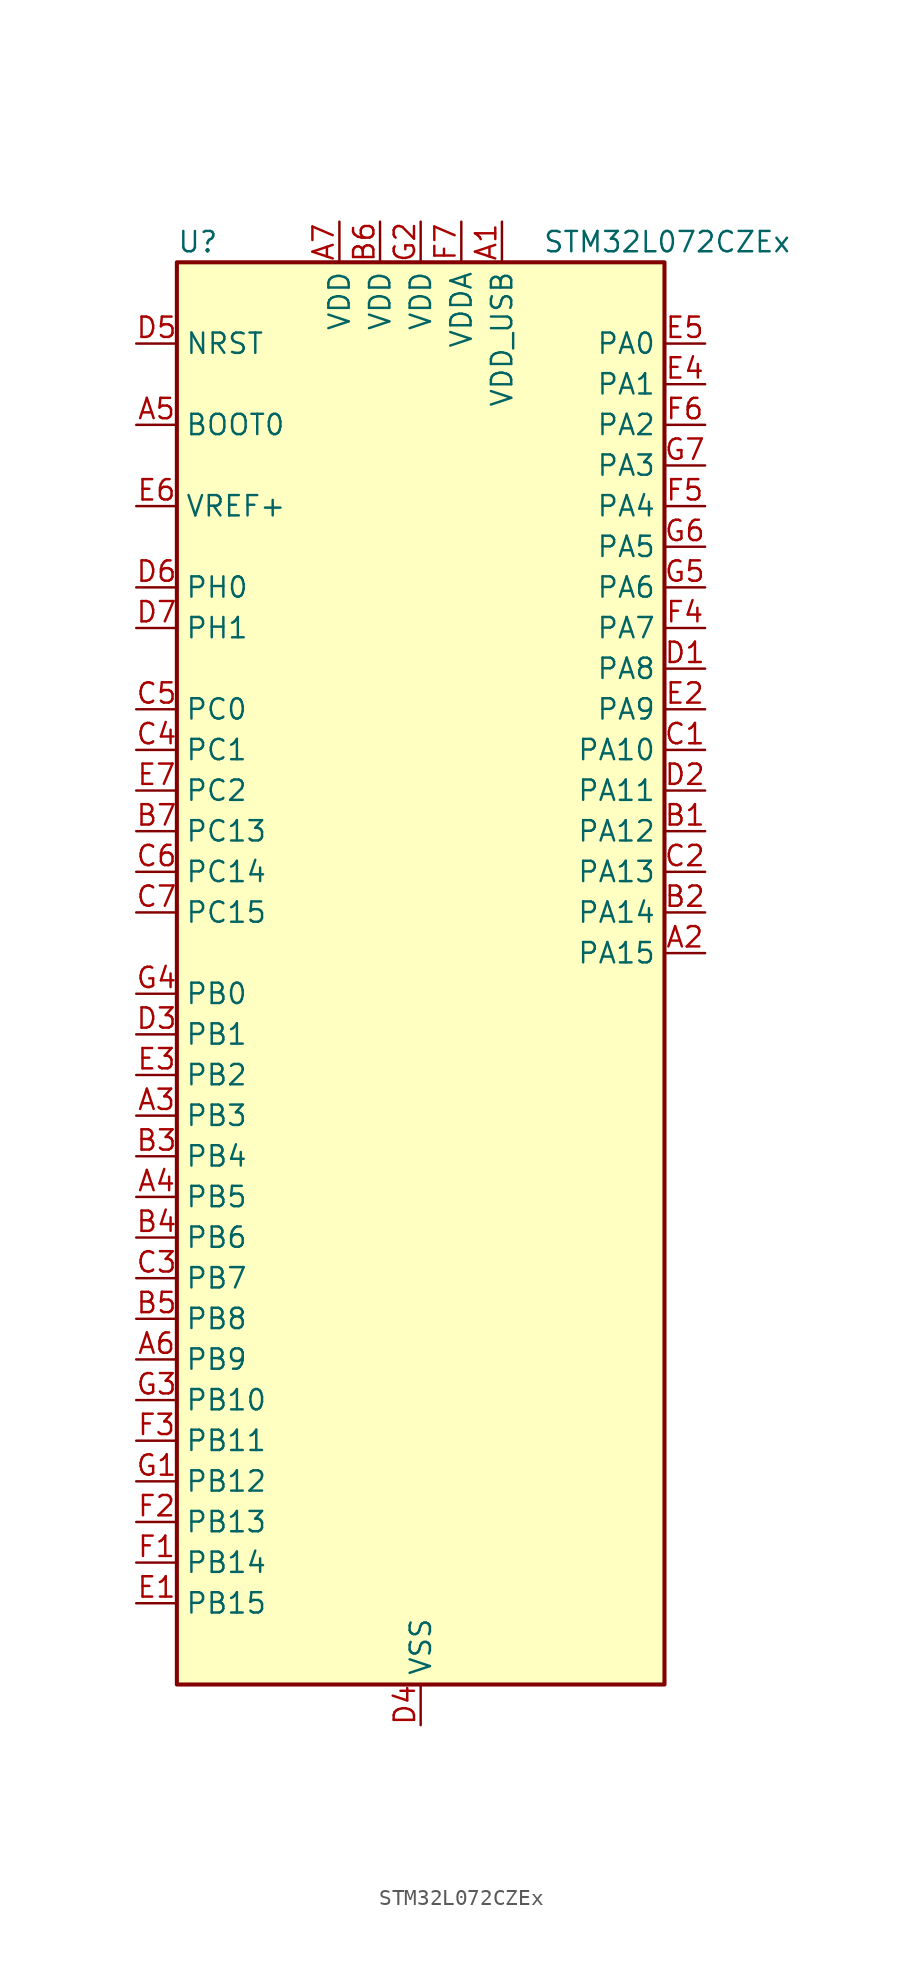
<source format=kicad_sym>
(kicad_symbol_lib
  (version 20241209)
  (generator "kicad_symbol_editor")
  (generator_version "9.0")
  (symbol "STM32L072CZEx"
    (property "Reference" "U"
      (at -15.24 46.99 0)
      (effects (font (size 1.27 1.27)) (justify left)))
    (property "Value" "STM32L072CZEx"
      (at 7.62 46.99 0)
      (effects (font (size 1.27 1.27)) (justify left)))
    (symbol "STM32L072CZEx_0_1"
      (rectangle (start -15.24 -43.18) (end 15.24 45.72) (stroke (width 0.254) (type default)) (fill (type background))))
    (symbol "STM32L072CZEx_1_1"
      (pin input line (at -17.78 40.64 0) (length 2.54) (name "NRST" (effects (font (size 1.27 1.27)))) (number "D5" (effects (font (size 1.27 1.27)))))
      (pin input line (at -17.78 35.56 0) (length 2.54) (name "BOOT0" (effects (font (size 1.27 1.27)))) (number "A5" (effects (font (size 1.27 1.27)))))
      (pin input line (at -17.78 30.48 0) (length 2.54) (name "VREF+" (effects (font (size 1.27 1.27)))) (number "E6" (effects (font (size 1.27 1.27)))))
      (pin bidirectional line (at -17.78 25.4 0) (length 2.54) (name "PH0" (effects (font (size 1.27 1.27)))) (number "D6" (effects (font (size 1.27 1.27)))) (alternate "CRS_SYNC" bidirectional line) (alternate "RCC_OSC_IN" bidirectional line))
      (pin bidirectional line (at -17.78 22.86 0) (length 2.54) (name "PH1" (effects (font (size 1.27 1.27)))) (number "D7" (effects (font (size 1.27 1.27)))) (alternate "RCC_OSC_OUT" bidirectional line))
      (pin bidirectional line (at -17.78 17.78 0) (length 2.54) (name "PC0" (effects (font (size 1.27 1.27)))) (number "C5" (effects (font (size 1.27 1.27)))) (alternate "ADC_IN10" bidirectional line) (alternate "I2C3_SCL" bidirectional line) (alternate "LPTIM1_IN1" bidirectional line) (alternate "LPUART1_RX" bidirectional line) (alternate "TSC_G7_IO1" bidirectional line))
      (pin bidirectional line (at -17.78 15.24 0) (length 2.54) (name "PC1" (effects (font (size 1.27 1.27)))) (number "C4" (effects (font (size 1.27 1.27)))) (alternate "ADC_IN11" bidirectional line) (alternate "I2C3_SDA" bidirectional line) (alternate "LPTIM1_OUT" bidirectional line) (alternate "LPUART1_TX" bidirectional line) (alternate "TSC_G7_IO2" bidirectional line))
      (pin bidirectional line (at -17.78 12.7 0) (length 2.54) (name "PC2" (effects (font (size 1.27 1.27)))) (number "E7" (effects (font (size 1.27 1.27)))) (alternate "ADC_IN12" bidirectional line) (alternate "I2S2_MCK" bidirectional line) (alternate "LPTIM1_IN2" bidirectional line) (alternate "SPI2_MISO" bidirectional line) (alternate "TSC_G7_IO3" bidirectional line))
      (pin bidirectional line (at -17.78 10.16 0) (length 2.54) (name "PC13" (effects (font (size 1.27 1.27)))) (number "B7" (effects (font (size 1.27 1.27)))) (alternate "RTC_OUT_ALARM" bidirectional line) (alternate "RTC_OUT_CALIB" bidirectional line) (alternate "RTC_TAMP1" bidirectional line) (alternate "RTC_TS" bidirectional line) (alternate "SYS_WKUP2" bidirectional line))
      (pin bidirectional line (at -17.78 7.62 0) (length 2.54) (name "PC14" (effects (font (size 1.27 1.27)))) (number "C6" (effects (font (size 1.27 1.27)))) (alternate "RCC_OSC32_IN" bidirectional line))
      (pin bidirectional line (at -17.78 5.08 0) (length 2.54) (name "PC15" (effects (font (size 1.27 1.27)))) (number "C7" (effects (font (size 1.27 1.27)))) (alternate "RCC_OSC32_OUT" bidirectional line))
      (pin bidirectional line (at -17.78 0 0) (length 2.54) (name "PB0" (effects (font (size 1.27 1.27)))) (number "G4" (effects (font (size 1.27 1.27)))) (alternate "ADC_IN8" bidirectional line) (alternate "SYS_VREF_OUT_PB0" bidirectional line) (alternate "TIM3_CH3" bidirectional line) (alternate "TSC_G3_IO2" bidirectional line))
      (pin bidirectional line (at -17.78 -2.54 0) (length 2.54) (name "PB1" (effects (font (size 1.27 1.27)))) (number "D3" (effects (font (size 1.27 1.27)))) (alternate "ADC_IN9" bidirectional line) (alternate "LPUART1_DE" bidirectional line) (alternate "LPUART1_RTS" bidirectional line) (alternate "SYS_VREF_OUT_PB1" bidirectional line) (alternate "TIM3_CH4" bidirectional line) (alternate "TSC_G3_IO3" bidirectional line))
      (pin bidirectional line (at -17.78 -5.08 0) (length 2.54) (name "PB2" (effects (font (size 1.27 1.27)))) (number "E3" (effects (font (size 1.27 1.27)))) (alternate "I2C3_SMBA" bidirectional line) (alternate "LPTIM1_OUT" bidirectional line) (alternate "TSC_G3_IO4" bidirectional line))
      (pin bidirectional line (at -17.78 -7.62 0) (length 2.54) (name "PB3" (effects (font (size 1.27 1.27)))) (number "A3" (effects (font (size 1.27 1.27)))) (alternate "COMP2_INM" bidirectional line) (alternate "SPI1_SCK" bidirectional line) (alternate "TIM2_CH2" bidirectional line) (alternate "TSC_G5_IO1" bidirectional line) (alternate "USART1_DE" bidirectional line) (alternate "USART1_RTS" bidirectional line) (alternate "USART5_TX" bidirectional line))
      (pin bidirectional line (at -17.78 -10.16 0) (length 2.54) (name "PB4" (effects (font (size 1.27 1.27)))) (number "B3" (effects (font (size 1.27 1.27)))) (alternate "COMP2_INP" bidirectional line) (alternate "I2C3_SDA" bidirectional line) (alternate "SPI1_MISO" bidirectional line) (alternate "TIM22_CH1" bidirectional line) (alternate "TIM3_CH1" bidirectional line) (alternate "TSC_G5_IO2" bidirectional line) (alternate "USART1_CTS" bidirectional line) (alternate "USART5_RX" bidirectional line))
      (pin bidirectional line (at -17.78 -12.7 0) (length 2.54) (name "PB5" (effects (font (size 1.27 1.27)))) (number "A4" (effects (font (size 1.27 1.27)))) (alternate "COMP2_INP" bidirectional line) (alternate "I2C1_SMBA" bidirectional line) (alternate "LPTIM1_IN1" bidirectional line) (alternate "SPI1_MOSI" bidirectional line) (alternate "TIM22_CH2" bidirectional line) (alternate "TIM3_CH2" bidirectional line) (alternate "USART1_CK" bidirectional line) (alternate "USART5_CK" bidirectional line) (alternate "USART5_DE" bidirectional line) (alternate "USART5_RTS" bidirectional line))
      (pin bidirectional line (at -17.78 -15.24 0) (length 2.54) (name "PB6" (effects (font (size 1.27 1.27)))) (number "B4" (effects (font (size 1.27 1.27)))) (alternate "COMP2_INP" bidirectional line) (alternate "I2C1_SCL" bidirectional line) (alternate "LPTIM1_ETR" bidirectional line) (alternate "TSC_G5_IO3" bidirectional line) (alternate "USART1_TX" bidirectional line))
      (pin bidirectional line (at -17.78 -17.78 0) (length 2.54) (name "PB7" (effects (font (size 1.27 1.27)))) (number "C3" (effects (font (size 1.27 1.27)))) (alternate "COMP2_INP" bidirectional line) (alternate "I2C1_SDA" bidirectional line) (alternate "LPTIM1_IN2" bidirectional line) (alternate "SYS_PVD_IN" bidirectional line) (alternate "TSC_G5_IO4" bidirectional line) (alternate "USART1_RX" bidirectional line) (alternate "USART4_CTS" bidirectional line))
      (pin bidirectional line (at -17.78 -20.32 0) (length 2.54) (name "PB8" (effects (font (size 1.27 1.27)))) (number "B5" (effects (font (size 1.27 1.27)))) (alternate "I2C1_SCL" bidirectional line) (alternate "TSC_SYNC" bidirectional line))
      (pin bidirectional line (at -17.78 -22.86 0) (length 2.54) (name "PB9" (effects (font (size 1.27 1.27)))) (number "A6" (effects (font (size 1.27 1.27)))) (alternate "DAC_EXTI9" bidirectional line) (alternate "I2C1_SDA" bidirectional line) (alternate "I2S2_WS" bidirectional line) (alternate "SPI2_NSS" bidirectional line))
      (pin bidirectional line (at -17.78 -25.4 0) (length 2.54) (name "PB10" (effects (font (size 1.27 1.27)))) (number "G3" (effects (font (size 1.27 1.27)))) (alternate "I2C2_SCL" bidirectional line) (alternate "LPUART1_RX" bidirectional line) (alternate "LPUART1_TX" bidirectional line) (alternate "SPI2_SCK" bidirectional line) (alternate "TIM2_CH3" bidirectional line) (alternate "TSC_SYNC" bidirectional line))
      (pin bidirectional line (at -17.78 -27.94 0) (length 2.54) (name "PB11" (effects (font (size 1.27 1.27)))) (number "F3" (effects (font (size 1.27 1.27)))) (alternate "ADC_EXTI11" bidirectional line) (alternate "I2C2_SDA" bidirectional line) (alternate "LPUART1_RX" bidirectional line) (alternate "LPUART1_TX" bidirectional line) (alternate "TIM2_CH4" bidirectional line) (alternate "TSC_G6_IO1" bidirectional line))
      (pin bidirectional line (at -17.78 -30.48 0) (length 2.54) (name "PB12" (effects (font (size 1.27 1.27)))) (number "G1" (effects (font (size 1.27 1.27)))) (alternate "I2S2_WS" bidirectional line) (alternate "LPUART1_DE" bidirectional line) (alternate "LPUART1_RTS" bidirectional line) (alternate "SPI2_NSS" bidirectional line) (alternate "TSC_G6_IO2" bidirectional line))
      (pin bidirectional line (at -17.78 -33.02 0) (length 2.54) (name "PB13" (effects (font (size 1.27 1.27)))) (number "F2" (effects (font (size 1.27 1.27)))) (alternate "I2C2_SCL" bidirectional line) (alternate "I2S2_CK" bidirectional line) (alternate "LPUART1_CTS" bidirectional line) (alternate "RCC_MCO" bidirectional line) (alternate "SPI2_SCK" bidirectional line) (alternate "TIM21_CH1" bidirectional line) (alternate "TSC_G6_IO3" bidirectional line))
      (pin bidirectional line (at -17.78 -35.56 0) (length 2.54) (name "PB14" (effects (font (size 1.27 1.27)))) (number "F1" (effects (font (size 1.27 1.27)))) (alternate "I2C2_SDA" bidirectional line) (alternate "I2S2_MCK" bidirectional line) (alternate "LPUART1_DE" bidirectional line) (alternate "LPUART1_RTS" bidirectional line) (alternate "RTC_OUT_ALARM" bidirectional line) (alternate "RTC_OUT_CALIB" bidirectional line) (alternate "SPI2_MISO" bidirectional line) (alternate "TIM21_CH2" bidirectional line) (alternate "TSC_G6_IO4" bidirectional line))
      (pin bidirectional line (at -17.78 -38.1 0) (length 2.54) (name "PB15" (effects (font (size 1.27 1.27)))) (number "E1" (effects (font (size 1.27 1.27)))) (alternate "I2S2_SD" bidirectional line) (alternate "RTC_REFIN" bidirectional line) (alternate "SPI2_MOSI" bidirectional line))
      (pin power_in line (at -5.08 48.26 270) (length 2.54) (name "VDD" (effects (font (size 1.27 1.27)))) (number "A7" (effects (font (size 1.27 1.27)))))
      (pin power_in line (at -2.54 48.26 270) (length 2.54) (name "VDD" (effects (font (size 1.27 1.27)))) (number "B6" (effects (font (size 1.27 1.27)))))
      (pin power_in line (at 0 48.26 270) (length 2.54) (name "VDD" (effects (font (size 1.27 1.27)))) (number "G2" (effects (font (size 1.27 1.27)))))
      (pin power_in line (at 0 -45.72 90) (length 2.54) (name "VSS" (effects (font (size 1.27 1.27)))) (number "D4" (effects (font (size 1.27 1.27)))))
      (pin power_in line (at 2.54 48.26 270) (length 2.54) (name "VDDA" (effects (font (size 1.27 1.27)))) (number "F7" (effects (font (size 1.27 1.27)))))
      (pin power_in line (at 5.08 48.26 270) (length 2.54) (name "VDD_USB" (effects (font (size 1.27 1.27)))) (number "A1" (effects (font (size 1.27 1.27)))))
      (pin bidirectional line (at 17.78 40.64 180) (length 2.54) (name "PA0" (effects (font (size 1.27 1.27)))) (number "E5" (effects (font (size 1.27 1.27)))) (alternate "ADC_IN0" bidirectional line) (alternate "COMP1_INM" bidirectional line) (alternate "COMP1_OUT" bidirectional line) (alternate "RTC_TAMP2" bidirectional line) (alternate "SYS_WKUP1" bidirectional line) (alternate "TIM2_CH1" bidirectional line) (alternate "TIM2_ETR" bidirectional line) (alternate "TSC_G1_IO1" bidirectional line) (alternate "USART2_CTS" bidirectional line) (alternate "USART4_TX" bidirectional line))
      (pin bidirectional line (at 17.78 38.1 180) (length 2.54) (name "PA1" (effects (font (size 1.27 1.27)))) (number "E4" (effects (font (size 1.27 1.27)))) (alternate "ADC_IN1" bidirectional line) (alternate "COMP1_INP" bidirectional line) (alternate "TIM21_ETR" bidirectional line) (alternate "TIM2_CH2" bidirectional line) (alternate "TSC_G1_IO2" bidirectional line) (alternate "USART2_DE" bidirectional line) (alternate "USART2_RTS" bidirectional line) (alternate "USART4_RX" bidirectional line))
      (pin bidirectional line (at 17.78 35.56 180) (length 2.54) (name "PA2" (effects (font (size 1.27 1.27)))) (number "F6" (effects (font (size 1.27 1.27)))) (alternate "ADC_IN2" bidirectional line) (alternate "COMP2_INM" bidirectional line) (alternate "COMP2_OUT" bidirectional line) (alternate "LPUART1_TX" bidirectional line) (alternate "TIM21_CH1" bidirectional line) (alternate "TIM2_CH3" bidirectional line) (alternate "TSC_G1_IO3" bidirectional line) (alternate "USART2_TX" bidirectional line))
      (pin bidirectional line (at 17.78 33.02 180) (length 2.54) (name "PA3" (effects (font (size 1.27 1.27)))) (number "G7" (effects (font (size 1.27 1.27)))) (alternate "ADC_IN3" bidirectional line) (alternate "COMP2_INP" bidirectional line) (alternate "LPUART1_RX" bidirectional line) (alternate "TIM21_CH2" bidirectional line) (alternate "TIM2_CH4" bidirectional line) (alternate "TSC_G1_IO4" bidirectional line) (alternate "USART2_RX" bidirectional line))
      (pin bidirectional line (at 17.78 30.48 180) (length 2.54) (name "PA4" (effects (font (size 1.27 1.27)))) (number "F5" (effects (font (size 1.27 1.27)))) (alternate "ADC_IN4" bidirectional line) (alternate "COMP1_INM" bidirectional line) (alternate "COMP2_INM" bidirectional line) (alternate "DAC_OUT1" bidirectional line) (alternate "SPI1_NSS" bidirectional line) (alternate "TIM22_ETR" bidirectional line) (alternate "TSC_G2_IO1" bidirectional line) (alternate "USART2_CK" bidirectional line))
      (pin bidirectional line (at 17.78 27.94 180) (length 2.54) (name "PA5" (effects (font (size 1.27 1.27)))) (number "G6" (effects (font (size 1.27 1.27)))) (alternate "ADC_IN5" bidirectional line) (alternate "COMP1_INM" bidirectional line) (alternate "COMP2_INM" bidirectional line) (alternate "DAC_OUT2" bidirectional line) (alternate "SPI1_SCK" bidirectional line) (alternate "TIM2_CH1" bidirectional line) (alternate "TIM2_ETR" bidirectional line) (alternate "TSC_G2_IO2" bidirectional line))
      (pin bidirectional line (at 17.78 25.4 180) (length 2.54) (name "PA6" (effects (font (size 1.27 1.27)))) (number "G5" (effects (font (size 1.27 1.27)))) (alternate "ADC_IN6" bidirectional line) (alternate "COMP1_OUT" bidirectional line) (alternate "LPUART1_CTS" bidirectional line) (alternate "SPI1_MISO" bidirectional line) (alternate "TIM22_CH1" bidirectional line) (alternate "TIM3_CH1" bidirectional line) (alternate "TSC_G2_IO3" bidirectional line))
      (pin bidirectional line (at 17.78 22.86 180) (length 2.54) (name "PA7" (effects (font (size 1.27 1.27)))) (number "F4" (effects (font (size 1.27 1.27)))) (alternate "ADC_IN7" bidirectional line) (alternate "COMP2_OUT" bidirectional line) (alternate "SPI1_MOSI" bidirectional line) (alternate "TIM22_CH2" bidirectional line) (alternate "TIM3_CH2" bidirectional line) (alternate "TSC_G2_IO4" bidirectional line))
      (pin bidirectional line (at 17.78 20.32 180) (length 2.54) (name "PA8" (effects (font (size 1.27 1.27)))) (number "D1" (effects (font (size 1.27 1.27)))) (alternate "CRS_SYNC" bidirectional line) (alternate "I2C3_SCL" bidirectional line) (alternate "RCC_MCO" bidirectional line) (alternate "USART1_CK" bidirectional line))
      (pin bidirectional line (at 17.78 17.78 180) (length 2.54) (name "PA9" (effects (font (size 1.27 1.27)))) (number "E2" (effects (font (size 1.27 1.27)))) (alternate "DAC_EXTI9" bidirectional line) (alternate "I2C1_SCL" bidirectional line) (alternate "I2C3_SMBA" bidirectional line) (alternate "RCC_MCO" bidirectional line) (alternate "TSC_G4_IO1" bidirectional line) (alternate "USART1_TX" bidirectional line))
      (pin bidirectional line (at 17.78 15.24 180) (length 2.54) (name "PA10" (effects (font (size 1.27 1.27)))) (number "C1" (effects (font (size 1.27 1.27)))) (alternate "I2C1_SDA" bidirectional line) (alternate "TSC_G4_IO2" bidirectional line) (alternate "USART1_RX" bidirectional line))
      (pin bidirectional line (at 17.78 12.7 180) (length 2.54) (name "PA11" (effects (font (size 1.27 1.27)))) (number "D2" (effects (font (size 1.27 1.27)))) (alternate "ADC_EXTI11" bidirectional line) (alternate "COMP1_OUT" bidirectional line) (alternate "SPI1_MISO" bidirectional line) (alternate "TSC_G4_IO3" bidirectional line) (alternate "USART1_CTS" bidirectional line) (alternate "USB_DM" bidirectional line))
      (pin bidirectional line (at 17.78 10.16 180) (length 2.54) (name "PA12" (effects (font (size 1.27 1.27)))) (number "B1" (effects (font (size 1.27 1.27)))) (alternate "COMP2_OUT" bidirectional line) (alternate "SPI1_MOSI" bidirectional line) (alternate "TSC_G4_IO4" bidirectional line) (alternate "USART1_DE" bidirectional line) (alternate "USART1_RTS" bidirectional line) (alternate "USB_DP" bidirectional line))
      (pin bidirectional line (at 17.78 7.62 180) (length 2.54) (name "PA13" (effects (font (size 1.27 1.27)))) (number "C2" (effects (font (size 1.27 1.27)))) (alternate "LPUART1_RX" bidirectional line) (alternate "SYS_SWDIO" bidirectional line) (alternate "USB_NOE" bidirectional line))
      (pin bidirectional line (at 17.78 5.08 180) (length 2.54) (name "PA14" (effects (font (size 1.27 1.27)))) (number "B2" (effects (font (size 1.27 1.27)))) (alternate "LPUART1_TX" bidirectional line) (alternate "SYS_SWCLK" bidirectional line) (alternate "USART2_TX" bidirectional line))
      (pin bidirectional line (at 17.78 2.54 180) (length 2.54) (name "PA15" (effects (font (size 1.27 1.27)))) (number "A2" (effects (font (size 1.27 1.27)))) (alternate "SPI1_NSS" bidirectional line) (alternate "TIM2_CH1" bidirectional line) (alternate "TIM2_ETR" bidirectional line) (alternate "USART2_RX" bidirectional line) (alternate "USART4_DE" bidirectional line) (alternate "USART4_RTS" bidirectional line)))))
</source>
